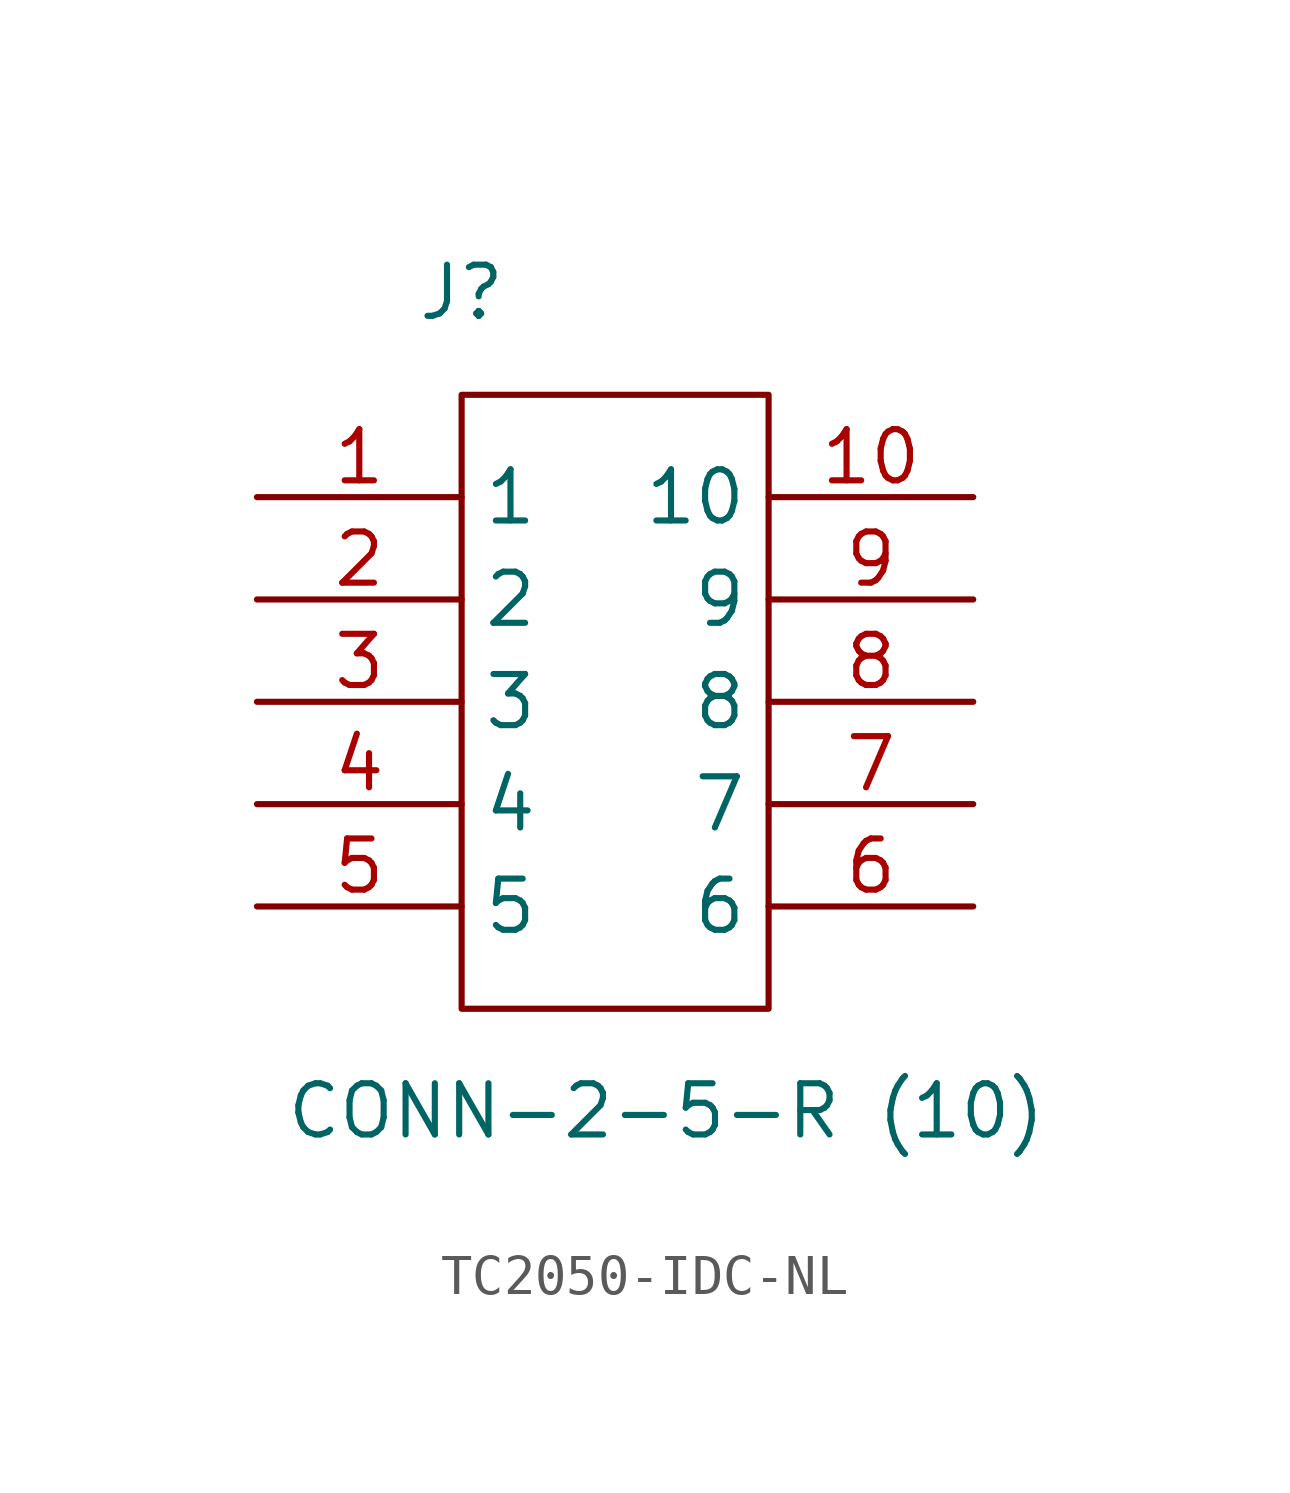
<source format=kicad_sym>
(kicad_symbol_lib
  (version 20220914)
  (generator kicad_symbol_editor)
  (symbol "TC2050-IDC-NL"
    (property "Reference" "J"
      (at 0 2.54 0)
      (effects (font (size 1.27 1.27))))
    (property "Value" "CONN-2-5-R (10)"
      (at 5.08 -17.78 0)
      (effects (font (size 1.27 1.27))))
    (symbol "TC2050-IDC-NL_0_1"
      (rectangle (start 0 0) (end 7.62 -15.24) (stroke (width 0) (type default)) (fill (type none))))
    (symbol "TC2050-IDC-NL_1_1"
      (pin passive line (at -5.08 -2.54 0) (length 5.08) (name "1" (effects (font (size 1.27 1.27)))) (number "1" (effects (font (size 1.27 1.27)))))
      (pin passive line (at 12.7 -2.54 180) (length 5.08) (name "10" (effects (font (size 1.27 1.27)))) (number "10" (effects (font (size 1.27 1.27)))))
      (pin passive line (at -5.08 -5.08 0) (length 5.08) (name "2" (effects (font (size 1.27 1.27)))) (number "2" (effects (font (size 1.27 1.27)))))
      (pin passive line (at -5.08 -7.62 0) (length 5.08) (name "3" (effects (font (size 1.27 1.27)))) (number "3" (effects (font (size 1.27 1.27)))))
      (pin passive line (at -5.08 -10.16 0) (length 5.08) (name "4" (effects (font (size 1.27 1.27)))) (number "4" (effects (font (size 1.27 1.27)))))
      (pin passive line (at -5.08 -12.7 0) (length 5.08) (name "5" (effects (font (size 1.27 1.27)))) (number "5" (effects (font (size 1.27 1.27)))))
      (pin passive line (at 12.7 -12.7 180) (length 5.08) (name "6" (effects (font (size 1.27 1.27)))) (number "6" (effects (font (size 1.27 1.27)))))
      (pin passive line (at 12.7 -10.16 180) (length 5.08) (name "7" (effects (font (size 1.27 1.27)))) (number "7" (effects (font (size 1.27 1.27)))))
      (pin passive line (at 12.7 -7.62 180) (length 5.08) (name "8" (effects (font (size 1.27 1.27)))) (number "8" (effects (font (size 1.27 1.27)))))
      (pin passive line (at 12.7 -5.08 180) (length 5.08) (name "9" (effects (font (size 1.27 1.27)))) (number "9" (effects (font (size 1.27 1.27))))))))
</source>
